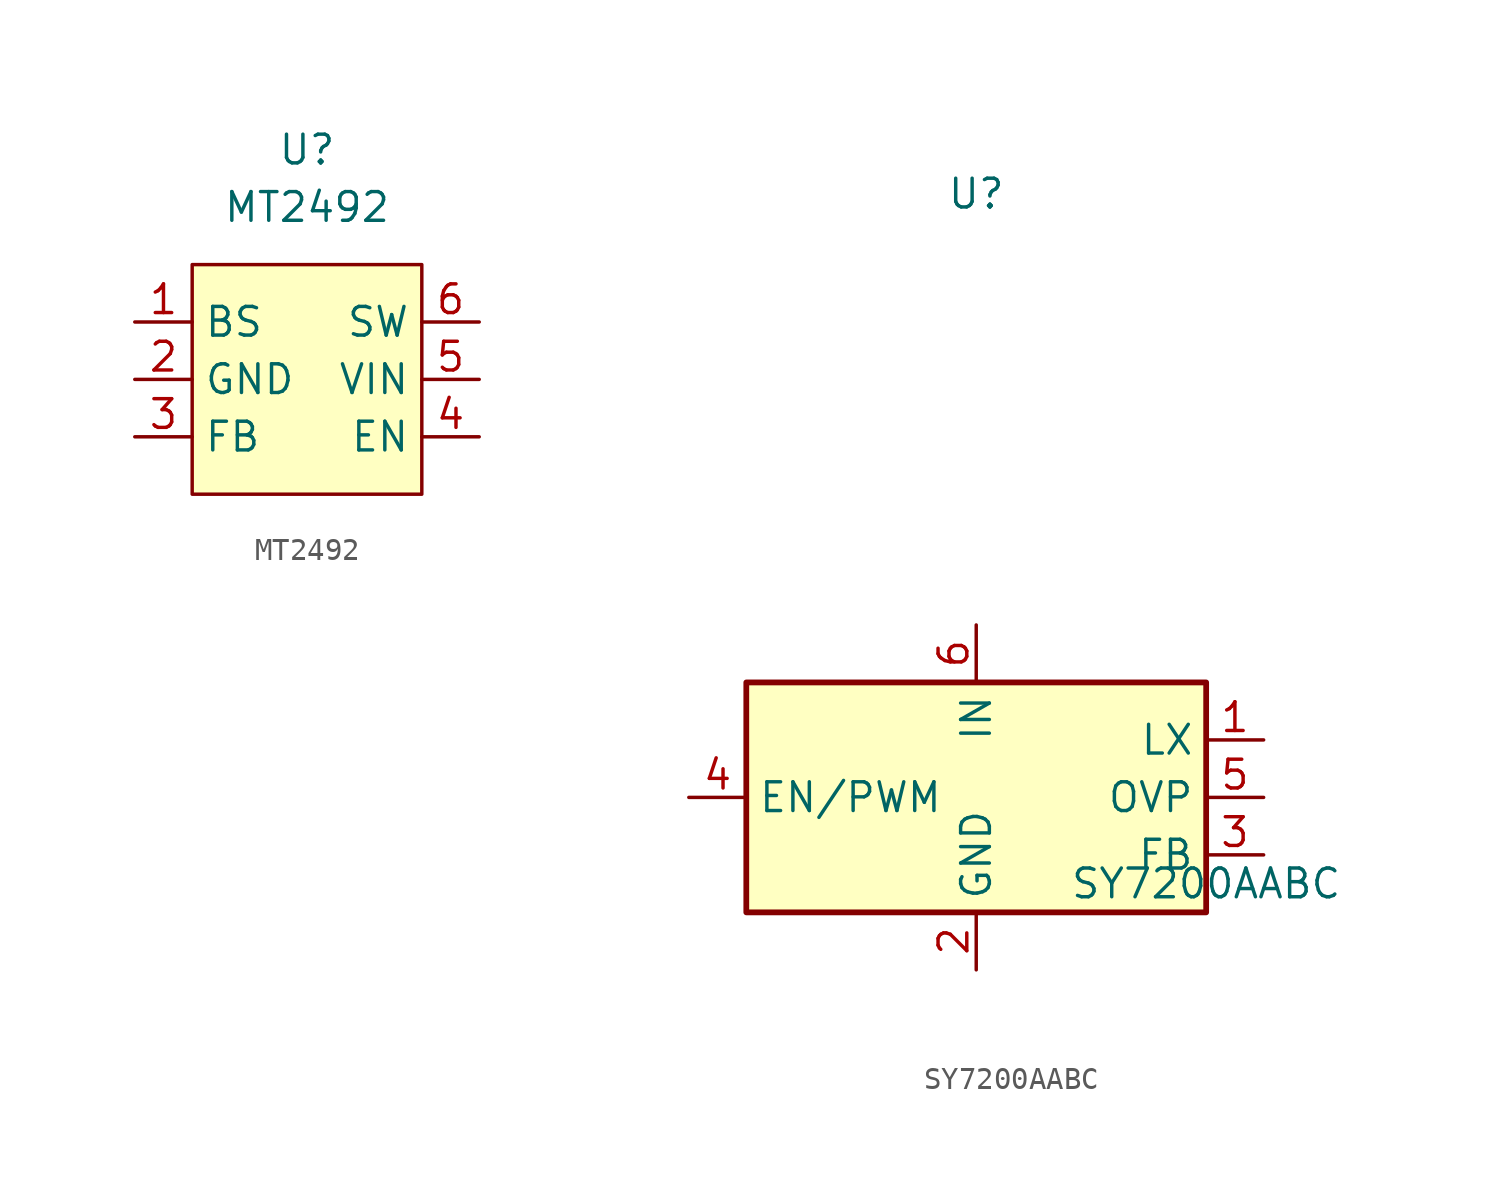
<source format=kicad_sym>
(kicad_symbol_lib
  (version 20231120)
  (generator "kicad_symbol_editor")
  (generator_version "8.0")
  (symbol "MT2492"
    (property "Reference" "U"
      (at 5.08 7.62 0)
      (effects (font (size 1.27 1.27))))
    (property "Value" "MT2492"
      (at 5.08 5.08 0)
      (effects (font (size 1.27 1.27))))
    (symbol "MT2492_0_1"
      (rectangle (start 0 2.54) (end 10.16 -7.62) (stroke (width 0) (type default)) (fill (type background))))
    (symbol "MT2492_1_1"
      (pin output line (at -2.54 0 0) (length 2.54) (name "BS" (effects (font (size 1.27 1.27)))) (number "1" (effects (font (size 1.27 1.27)))))
      (pin power_in line (at -2.54 -2.54 0) (length 2.54) (name "GND" (effects (font (size 1.27 1.27)))) (number "2" (effects (font (size 1.27 1.27)))))
      (pin bidirectional line (at -2.54 -5.08 0) (length 2.54) (name "FB" (effects (font (size 1.27 1.27)))) (number "3" (effects (font (size 1.27 1.27)))))
      (pin bidirectional line (at 12.7 -5.08 180) (length 2.54) (name "EN" (effects (font (size 1.27 1.27)))) (number "4" (effects (font (size 1.27 1.27)))))
      (pin power_in line (at 12.7 -2.54 180) (length 2.54) (name "VIN" (effects (font (size 1.27 1.27)))) (number "5" (effects (font (size 1.27 1.27)))))
      (pin bidirectional line (at 12.7 0 180) (length 2.54) (name "SW" (effects (font (size 1.27 1.27)))) (number "6" (effects (font (size 1.27 1.27)))))))
  (symbol "SY7200AABC"
    (property "Reference" "U"
      (at 0 26.67 0)
      (effects (font (size 1.27 1.27))))
    (property "Value" "SY7200AABC"
      (at 10.16 -3.81 0)
      (effects (font (size 1.27 1.27))))
    (symbol "SY7200AABC_1_0"
      (pin power_in line (at 0 -7.62 90) (length 2.54) (name "GND" (effects (font (size 1.27 1.27)))) (number "2" (effects (font (size 1.27 1.27)))))
      (pin input line (at 12.7 -2.54 180) (length 2.54) (name "FB" (effects (font (size 1.27 1.27)))) (number "3" (effects (font (size 1.27 1.27)))))
      (pin input line (at -12.7 0 0) (length 2.54) (name "EN/PWM" (effects (font (size 1.27 1.27)))) (number "4" (effects (font (size 1.27 1.27)))))
      (pin input line (at 12.7 0 180) (length 2.54) (name "OVP" (effects (font (size 1.27 1.27)))) (number "5" (effects (font (size 1.27 1.27)))))
      (pin power_in line (at 0 7.62 270) (length 2.54) (name "IN" (effects (font (size 1.27 1.27)))) (number "6" (effects (font (size 1.27 1.27))))))
    (symbol "SY7200AABC_1_1"
      (rectangle (start -10.16 5.08) (end 10.16 -5.08) (stroke (width 0.254) (type default)) (fill (type background)))
      (pin output line (at 12.7 2.54 180) (length 2.54) (name "LX" (effects (font (size 1.27 1.27)))) (number "1" (effects (font (size 1.27 1.27))))))))
</source>
